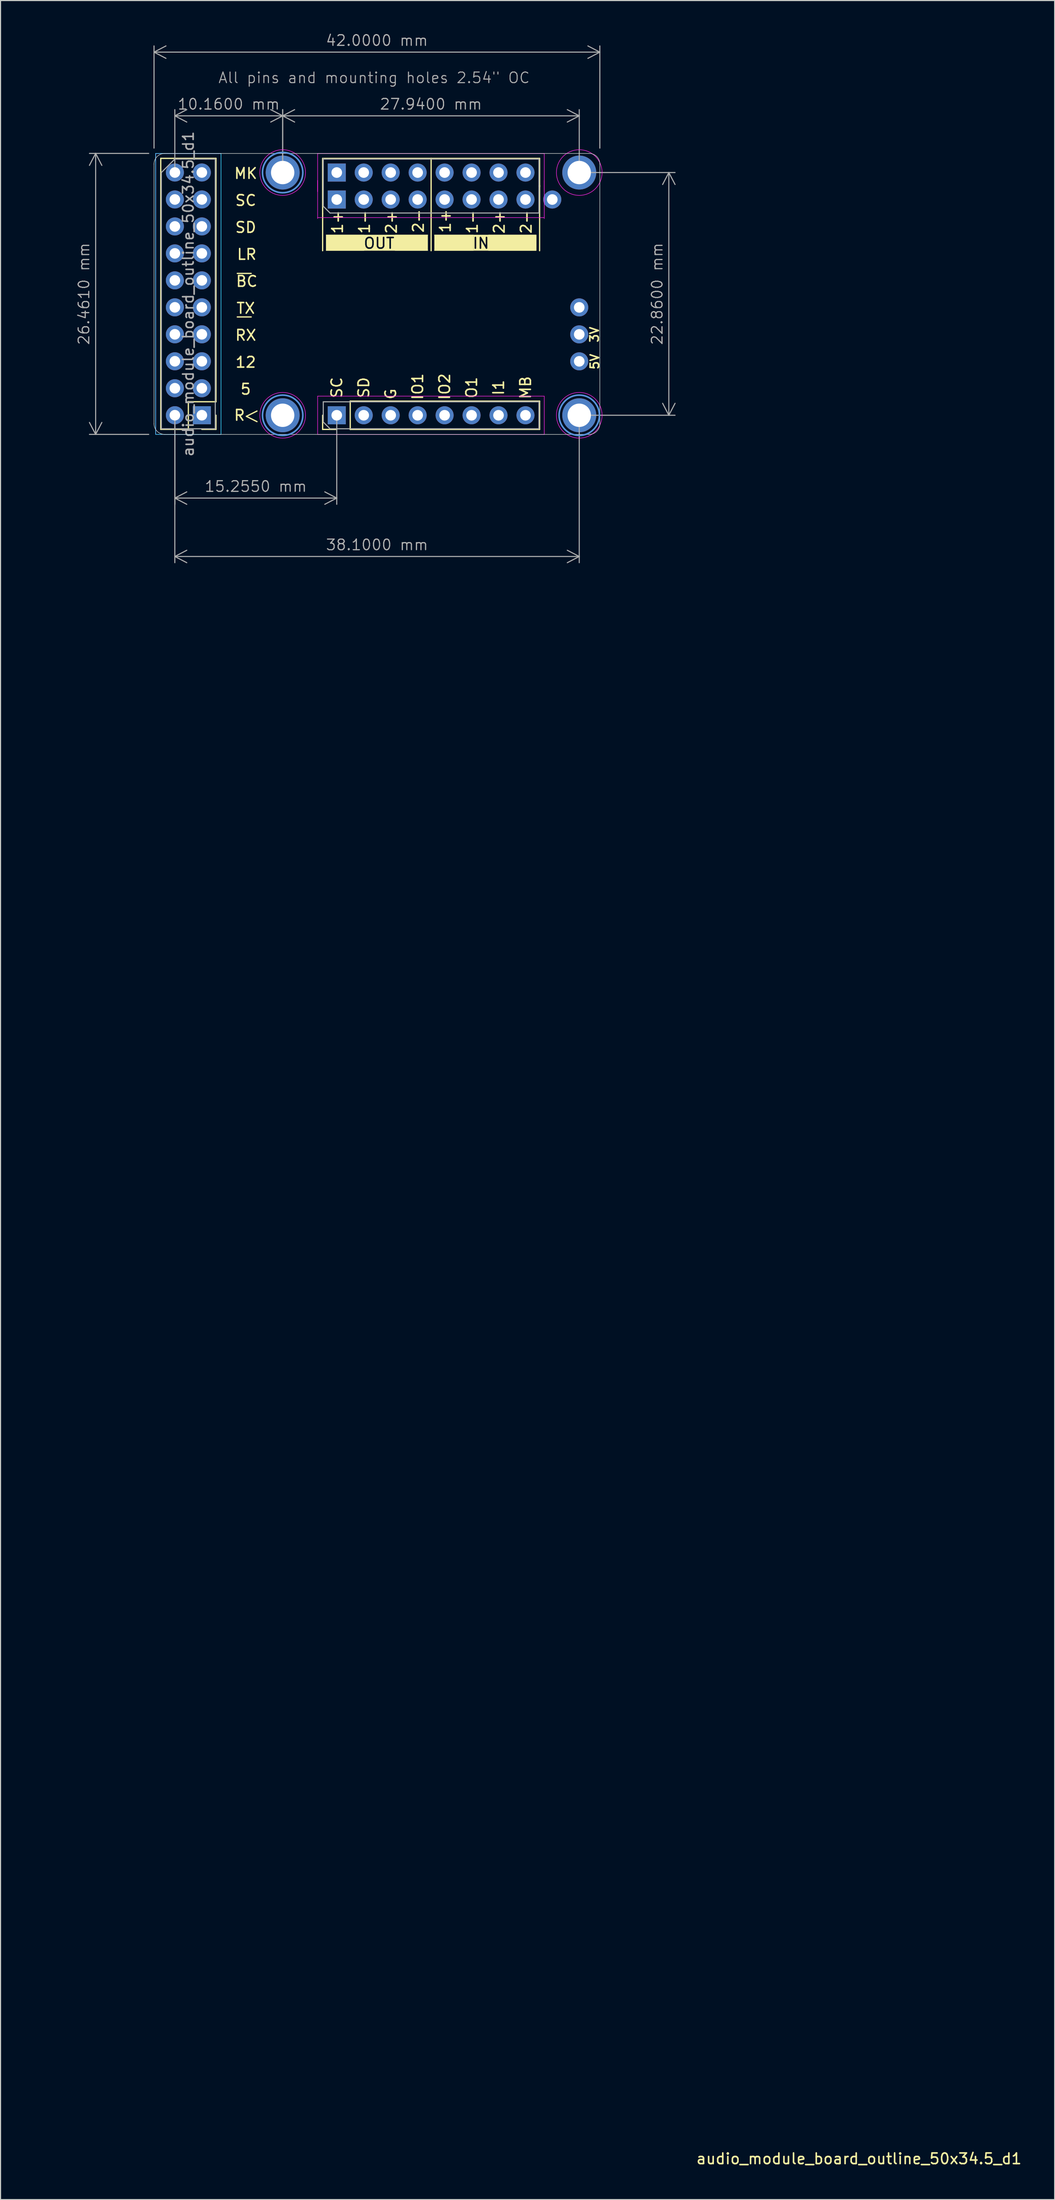
<source format=kicad_pcb>
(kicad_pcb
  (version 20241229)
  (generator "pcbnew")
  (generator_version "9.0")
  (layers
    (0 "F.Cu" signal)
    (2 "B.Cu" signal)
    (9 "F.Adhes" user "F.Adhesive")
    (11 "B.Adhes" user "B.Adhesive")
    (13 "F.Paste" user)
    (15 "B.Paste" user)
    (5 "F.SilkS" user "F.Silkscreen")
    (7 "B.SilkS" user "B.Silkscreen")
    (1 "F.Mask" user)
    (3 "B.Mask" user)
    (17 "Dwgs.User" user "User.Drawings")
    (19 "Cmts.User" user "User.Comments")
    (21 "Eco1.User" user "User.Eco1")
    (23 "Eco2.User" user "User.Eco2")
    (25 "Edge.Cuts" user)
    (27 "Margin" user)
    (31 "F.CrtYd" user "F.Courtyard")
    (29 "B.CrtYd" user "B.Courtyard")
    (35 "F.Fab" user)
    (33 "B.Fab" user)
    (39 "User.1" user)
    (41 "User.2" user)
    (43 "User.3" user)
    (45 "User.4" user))
  (footprint "audio_module_board_outline_50x34.5_d1"
    (layer "F.Cu")
    (at 11.46 37.861)
    (property "Reference" "audio_module_board_outline_50x34.5_d1" (at 66.414 162.401 180) (layer "F.SilkS") (effects (font (size 1 1) (thickness 0.15))))
    (attr through_hole exclude_from_bom)
    (fp_line (start 0.635 -0.475) (end 0.635 -25.995) (stroke (width 0.12) (type solid)) (layer "F.SilkS"))
    (fp_line (start 3.235 -3.075) (end 3.235 -0.475) (stroke (width 0.12) (type solid)) (layer "F.SilkS"))
    (fp_line (start 3.235 -0.475) (end 0.635 -0.475) (stroke (width 0.12) (type solid)) (layer "F.SilkS"))
    (fp_line (start 5.835 -25.995) (end 0.635 -25.995) (stroke (width 0.12) (type solid)) (layer "F.SilkS"))
    (fp_line (start 5.835 -3.075) (end 3.235 -3.075) (stroke (width 0.12) (type solid)) (layer "F.SilkS"))
    (fp_line (start 5.835 -3.075) (end 5.835 -25.995) (stroke (width 0.12) (type solid)) (layer "F.SilkS"))
    (fp_line (start 5.835 -1.805) (end 5.835 -0.475) (stroke (width 0.12) (type solid)) (layer "F.SilkS"))
    (fp_line (start 5.835 -0.475) (end 4.505 -0.475) (stroke (width 0.12) (type solid)) (layer "F.SilkS"))
    (fp_line (start 7.845 -15.16) (end 9.155 -15.16) (stroke (width 0.12) (type solid)) (layer "F.SilkS"))
    (fp_line (start 8.7 -1.7) (end 9.7 -1.2) (stroke (width 0.12) (type solid)) (layer "F.SilkS"))
    (fp_line (start 9.155 -11.06) (end 7.845 -11.06) (stroke (width 0.12) (type solid)) (layer "F.SilkS"))
    (fp_line (start 9.7 -2.2) (end 8.7 -1.7) (stroke (width 0.12) (type solid)) (layer "F.SilkS"))
    (fp_line (start 15.885 -25.99) (end 36.325 -25.99) (stroke (width 0.12) (type solid)) (layer "F.SilkS"))
    (fp_line (start 15.885 -20.79) (end 15.885 -25.99) (stroke (width 0.12) (type solid)) (layer "F.SilkS"))
    (fp_line (start 15.885 -20.79) (end 15.885 -17.3) (stroke (width 0.12) (type solid)) (layer "F.SilkS"))
    (fp_line (start 15.885 -0.47) (end 15.885 -1.8) (stroke (width 0.12) (type solid)) (layer "F.SilkS"))
    (fp_line (start 17.215 -0.47) (end 15.885 -0.47) (stroke (width 0.12) (type solid)) (layer "F.SilkS"))
    (fp_line (start 18.485 -3.13) (end 36.325 -3.13) (stroke (width 0.12) (type solid)) (layer "F.SilkS"))
    (fp_line (start 18.485 -0.47) (end 18.485 -3.13) (stroke (width 0.12) (type solid)) (layer "F.SilkS"))
    (fp_line (start 18.485 -0.47) (end 36.325 -0.47) (stroke (width 0.12) (type solid)) (layer "F.SilkS"))
    (fp_line (start 26.105 -25.99) (end 26.105 -17.3) (stroke (width 0.12) (type solid)) (layer "F.SilkS"))
    (fp_line (start 36.325 -23.33) (end 36.325 -25.99) (stroke (width 0.12) (type solid)) (layer "F.SilkS"))
    (fp_line (start 36.325 -17.3) (end 36.325 -23.45) (stroke (width 0.12) (type solid)) (layer "F.SilkS"))
    (fp_line (start 36.325 -0.47) (end 36.325 -3.13) (stroke (width 0.12) (type solid)) (layer "F.SilkS"))
    (fp_rect (start 16.2 -18.8) (end 19.8 -17.3) (stroke (width 0) (type solid)) (fill yes) (layer "F.SilkS"))
    (fp_rect (start 16.2 -18.8) (end 25.8 -18.7) (stroke (width 0) (type solid)) (fill yes) (layer "F.SilkS"))
    (fp_rect (start 16.2 -17.4) (end 25.8 -17.3) (stroke (width 0) (type solid)) (fill yes) (layer "F.SilkS"))
    (fp_rect (start 22.7 -18.8) (end 25.8 -17.3) (stroke (width 0) (type solid)) (fill yes) (layer "F.SilkS"))
    (fp_rect (start 26.4 -18.8) (end 36 -18.7) (stroke (width 0) (type solid)) (fill yes) (layer "F.SilkS"))
    (fp_rect (start 26.4 -17.4) (end 36 -17.3) (stroke (width 0) (type solid)) (fill yes) (layer "F.SilkS"))
    (fp_rect (start 26.41 -18.8) (end 30.1 -17.3) (stroke (width 0) (type solid)) (fill yes) (layer "F.SilkS"))
    (fp_rect (start 31.5 -18.8) (end 36.03 -17.3) (stroke (width 0) (type solid)) (fill yes) (layer "F.SilkS"))
    (fp_circle (center 12.12 -24.66) (end 14.02 -24.66) (stroke (width 0.15) (type solid)) (fill no) (layer "Cmts.User"))
    (fp_circle (center 12.12 -1.8) (end 14.02 -1.8) (stroke (width 0.15) (type solid)) (fill no) (layer "Cmts.User"))
    (fp_circle (center 40.06 -1.8) (end 41.96 -1.8) (stroke (width 0.15) (type solid)) (fill no) (layer "Cmts.User"))
    (fp_line (start 0 -1) (end 0 -25.46) (stroke (width 0.05) (type default)) (layer "Edge.Cuts"))
    (fp_line (start 1 -26.46) (end 41 -26.46) (stroke (width 0.05) (type default)) (layer "Edge.Cuts"))
    (fp_line (start 41 0) (end 1 0) (stroke (width 0.05) (type default)) (layer "Edge.Cuts"))
    (fp_line (start 42 -25.46) (end 42 -1) (stroke (width 0.05) (type default)) (layer "Edge.Cuts"))
    (fp_arc (start 0 -25.46) (mid 0.292893 -26.167107) (end 1 -26.46) (stroke (width 0.05) (type default)) (layer "Edge.Cuts"))
    (fp_arc (start 1 0) (mid 0.292893 -0.292893) (end 0 -1) (stroke (width 0.05) (type default)) (layer "Edge.Cuts"))
    (fp_arc (start 41 -26.46) (mid 41.707107 -26.167107) (end 42 -25.46) (stroke (width 0.05) (type default)) (layer "Edge.Cuts"))
    (fp_arc (start 42 -1) (mid 41.707107 -0.292893) (end 41 0) (stroke (width 0.05) (type default)) (layer "Edge.Cuts"))
    (fp_rect (start 0.15 -26.46) (end 6.31 0) (stroke (width 0.05) (type default)) (fill no) (layer "B.CrtYd"))
    (fp_line (start 0.155 -26.455) (end 0.155 -0.005) (stroke (width 0.05) (type solid)) (layer "F.CrtYd"))
    (fp_line (start 0.155 -0.005) (end 6.305 -0.005) (stroke (width 0.05) (type solid)) (layer "F.CrtYd"))
    (fp_line (start 6.305 -26.455) (end 0.155 -26.455) (stroke (width 0.05) (type solid)) (layer "F.CrtYd"))
    (fp_line (start 6.305 -0.005) (end 6.305 -26.455) (stroke (width 0.05) (type solid)) (layer "F.CrtYd"))
    (fp_line (start 15.415 -26.46) (end 15.415 -22.86) (stroke (width 0.05) (type solid)) (layer "F.CrtYd"))
    (fp_line (start 15.415 -23.92) (end 15.415 -20.32) (stroke (width 0.05) (type solid)) (layer "F.CrtYd"))
    (fp_line (start 15.415 -20.42) (end 36.765 -20.42) (stroke (width 0.05) (type solid)) (layer "F.CrtYd"))
    (fp_line (start 15.415 -3.6) (end 15.415 0) (stroke (width 0.05) (type solid)) (layer "F.CrtYd"))
    (fp_line (start 15.415 0) (end 36.765 0) (stroke (width 0.05) (type solid)) (layer "F.CrtYd"))
    (fp_line (start 36.765 -26.46) (end 15.415 -26.46) (stroke (width 0.05) (type solid)) (layer "F.CrtYd"))
    (fp_line (start 36.765 -22.86) (end 36.765 -26.46) (stroke (width 0.05) (type solid)) (layer "F.CrtYd"))
    (fp_line (start 36.765 -20.32) (end 36.765 -23.92) (stroke (width 0.05) (type solid)) (layer "F.CrtYd"))
    (fp_line (start 36.765 -3.6) (end 15.415 -3.6) (stroke (width 0.05) (type solid)) (layer "F.CrtYd"))
    (fp_line (start 36.765 0) (end 36.765 -3.6) (stroke (width 0.05) (type solid)) (layer "F.CrtYd"))
    (fp_circle (center 12.12 -24.66) (end 14.27 -24.66) (stroke (width 0.05) (type solid)) (fill no) (layer "F.CrtYd"))
    (fp_circle (center 12.12 -1.8) (end 14.27 -1.8) (stroke (width 0.05) (type solid)) (fill no) (layer "F.CrtYd"))
    (fp_circle (center 40.06 -24.66) (end 42.21 -24.66) (stroke (width 0.05) (type solid)) (fill no) (layer "F.CrtYd"))
    (fp_circle (center 40.06 -1.8) (end 42.21 -1.8) (stroke (width 0.05) (type solid)) (fill no) (layer "F.CrtYd"))
    (fp_line (start 0.69 -24.66) (end 1.96 -25.93) (stroke (width 0.1) (type solid)) (layer "F.Fab"))
    (fp_line (start 0.69 -0.53) (end 0.69 -24.66) (stroke (width 0.1) (type solid)) (layer "F.Fab"))
    (fp_line (start 1.96 -25.93) (end 5.77 -25.93) (stroke (width 0.1) (type solid)) (layer "F.Fab"))
    (fp_line (start 5.77 -25.93) (end 5.77 -0.53) (stroke (width 0.1) (type solid)) (layer "F.Fab"))
    (fp_line (start 5.77 -0.53) (end 0.69 -0.53) (stroke (width 0.1) (type solid)) (layer "F.Fab"))
    (fp_line (start 15.945 -25.93) (end 36.265 -25.93) (stroke (width 0.1) (type solid)) (layer "F.Fab"))
    (fp_line (start 15.945 -24.025) (end 15.945 -25.93) (stroke (width 0.1) (type solid)) (layer "F.Fab"))
    (fp_line (start 15.945 -21.485) (end 15.945 -25.99) (stroke (width 0.1) (type solid)) (layer "F.Fab"))
    (fp_line (start 15.945 -3.07) (end 36.265 -3.07) (stroke (width 0.1) (type solid)) (layer "F.Fab"))
    (fp_line (start 15.945 -1.165) (end 15.945 -3.07) (stroke (width 0.1) (type solid)) (layer "F.Fab"))
    (fp_line (start 16.58 -20.85) (end 15.945 -21.485) (stroke (width 0.1) (type solid)) (layer "F.Fab"))
    (fp_line (start 16.58 -0.53) (end 15.945 -1.165) (stroke (width 0.1) (type solid)) (layer "F.Fab"))
    (fp_line (start 36.265 -25.93) (end 36.265 -23.39) (stroke (width 0.1) (type solid)) (layer "F.Fab"))
    (fp_line (start 36.265 -23.39) (end 36.265 -20.85) (stroke (width 0.1) (type solid)) (layer "F.Fab"))
    (fp_line (start 36.265 -20.85) (end 16.58 -20.85) (stroke (width 0.1) (type solid)) (layer "F.Fab"))
    (fp_line (start 36.265 -3.07) (end 36.265 -0.53) (stroke (width 0.1) (type solid)) (layer "F.Fab"))
    (fp_line (start 36.265 -0.53) (end 16.58 -0.53) (stroke (width 0.1) (type solid)) (layer "F.Fab"))
    (fp_text user "SC" (at 17.22 -4.405 90) (unlocked yes) (layer "F.SilkS") (effects (font (size 1 1) (thickness 0.15))))
    (fp_text user "IN" (at 30.8 -18 0) (unlocked yes) (layer "F.SilkS" knockout) (effects (font (size 1 1) (thickness 0.15))))
    (fp_text user "2-" (at 35.06 -20.005 90) (unlocked yes) (layer "F.SilkS") (effects (font (size 1 1) (thickness 0.15))))
    (fp_text user "1-" (at 19.82 -20.005 90) (unlocked yes) (layer "F.SilkS") (effects (font (size 1 1) (thickness 0.15))))
    (fp_text user "SD" (at 8.64 -19.495 0) (unlocked yes) (layer "F.SilkS") (effects (font (size 1 1) (thickness 0.15))))
    (fp_text user "TX" (at 8.64 -11.875 0) (unlocked yes) (layer "F.SilkS") (effects (font (size 1 1) (thickness 0.15))))
    (fp_text user "5" (at 8.64 -4.255 0) (unlocked yes) (layer "F.SilkS") (effects (font (size 1 1) (thickness 0.15))))
    (fp_text user "RX" (at 8.64 -9.335 0) (unlocked yes) (layer "F.SilkS") (effects (font (size 1 1) (thickness 0.15))))
    (fp_text user "O1" (at 29.92 -4.405 90) (unlocked yes) (layer "F.SilkS") (effects (font (size 1 1) (thickness 0.15))))
    (fp_text user "2-" (at 24.9 -20.1 90) (unlocked yes) (layer "F.SilkS") (effects (font (size 1 1) (thickness 0.15))))
    (fp_text user "1+" (at 17.28 -20.005 90) (unlocked yes) (layer "F.SilkS") (effects (font (size 1 1) (thickness 0.15))))
    (fp_text user "MB" (at 35 -4.405 90) (unlocked yes) (layer "F.SilkS") (effects (font (size 1 1) (thickness 0.15))))
    (fp_text user "IO2" (at 27.38 -4.5 90) (unlocked yes) (layer "F.SilkS") (effects (font (size 1 1) (thickness 0.15))))
    (fp_text user "12" (at 8.64 -6.795 0) (unlocked yes) (layer "F.SilkS") (effects (font (size 1 1) (thickness 0.15))))
    (fp_text user "OUT" (at 21.2 -18 0) (unlocked yes) (layer "F.SilkS" knockout) (effects (font (size 1 1) (thickness 0.15))))
    (fp_text user "SD" (at 19.76 -4.405 90) (unlocked yes) (layer "F.SilkS") (effects (font (size 1 1) (thickness 0.15))))
    (fp_text user "3V" (at 41.49 -9.4 90) (unlocked yes) (layer "F.SilkS") (effects (font (size 0.8 0.8) (thickness 0.15))))
    (fp_text user "R" (at 8.05 -1.8 0) (unlocked yes) (layer "F.SilkS") (effects (font (size 1 1) (thickness 0.15))))
    (fp_text user "5V" (at 41.52 -6.85 90) (unlocked yes) (layer "F.SilkS") (effects (font (size 0.8 0.8) (thickness 0.15))))
    (fp_text user "1+" (at 27.44 -20.1 90) (unlocked yes) (layer "F.SilkS") (effects (font (size 1 1) (thickness 0.15))))
    (fp_text user "SC" (at 8.64 -22.035 0) (unlocked yes) (layer "F.SilkS") (effects (font (size 1 1) (thickness 0.15))))
    (fp_text user "IO1" (at 24.84 -4.5 90) (unlocked yes) (layer "F.SilkS") (effects (font (size 1 1) (thickness 0.15))))
    (fp_text user "BC" (at 8.735 -14.415 0) (unlocked yes) (layer "F.SilkS") (effects (font (size 1 1) (thickness 0.15))))
    (fp_text user "2+" (at 32.52 -20.005 90) (unlocked yes) (layer "F.SilkS") (effects (font (size 1 1) (thickness 0.15))))
    (fp_text user "I1" (at 32.46 -4.405 90) (unlocked yes) (layer "F.SilkS") (effects (font (size 1 1) (thickness 0.15))))
    (fp_text user "1-" (at 29.98 -20.005 90) (unlocked yes) (layer "F.SilkS") (effects (font (size 1 1) (thickness 0.15))))
    (fp_text user "MK" (at 8.64 -24.575 0) (unlocked yes) (layer "F.SilkS") (effects (font (size 1 1) (thickness 0.15))))
    (fp_text user "LR" (at 8.735 -16.955 0) (unlocked yes) (layer "F.SilkS") (effects (font (size 1 1) (thickness 0.15))))
    (fp_text user "2+" (at 22.36 -20.005 90) (unlocked yes) (layer "F.SilkS") (effects (font (size 1 1) (thickness 0.15))))
    (fp_text user "G" (at 22.3 -3.805 90) (unlocked yes) (layer "F.SilkS") (effects (font (size 1 1) (thickness 0.15))))
    (fp_text user "${REFERENCE}" (at 3.23 -13.23 90) (layer "F.Fab") (effects (font (size 1 1) (thickness 0.15))))
    (fp_text user "All pins and mounting holes 2.54\" OC" (at 6 -33 0) (unlocked yes) (layer "F.Fab") (effects (font (size 1 1) (thickness 0.1)) (justify left bottom)))
    (dimension (type orthogonal) (layer "F.Fab") (pts (xy 13.42 36.06) (xy 51.52 36.06)) (height 13.3) (orientation 0) (format (prefix "") (suffix "") (units 3) (units_format 1) (precision 4)) (style (thickness 0.1) (arrow_length 1.27) (text_position_mode 0) (arrow_direction outward) (extension_height 0.586) (extension_offset 0.5) (keep_text_aligned yes)) (gr_text "38.1000 mm" (at 32.47 48.261 0) (layer "F.Fab") (effects (font (size 1 1) (thickness 0.1)))))
    (dimension (type orthogonal) (layer "F.Fab") (pts (xy 11.46 11.4) (xy 11.46 37.861)) (height -5.5) (orientation 1) (format (prefix "") (suffix "") (units 3) (units_format 1) (precision 4)) (style (thickness 0.1) (arrow_length 1.27) (text_position_mode 0) (arrow_direction outward) (extension_height 0.586) (extension_offset 0.5) (keep_text_aligned yes)) (gr_text "26.4600 mm" (at 4.86 24.631 90) (layer "F.Fab") (effects (font (size 1 1) (thickness 0.1)))))
    (dimension (type orthogonal) (layer "F.Fab") (pts (xy 51.52 13.2) (xy 51.52 36.06)) (height 8.44) (orientation 1) (format (prefix "") (suffix "") (units 3) (units_format 1) (precision 4)) (style (thickness 0.1) (arrow_length 1.27) (text_position_mode 0) (arrow_direction outward) (extension_height 0.586) (extension_offset 0.5) (keep_text_aligned yes)) (gr_text "22.8600 mm" (at 58.86 24.631 90) (layer "F.Fab") (effects (font (size 1 1) (thickness 0.1)))))
    (dimension (type orthogonal) (layer "F.Fab") (pts (xy 13.42 13.2) (xy 23.58 13.2)) (height -5.34) (orientation 0) (format (prefix "") (suffix "") (units 3) (units_format 1) (precision 4)) (style (thickness 0.1) (arrow_length 1.27) (text_position_mode 0) (arrow_direction outward) (extension_height 0.586) (extension_offset 0.5) (keep_text_aligned yes)) (gr_text "10.1600 mm" (at 18.5 6.761 0) (layer "F.Fab") (effects (font (size 1 1) (thickness 0.1)))))
    (dimension (type orthogonal) (layer "F.Fab") (pts (xy 13.42 36.06) (xy 28.675 36.06)) (height 7.8) (orientation 0) (format (prefix "") (suffix "") (units 3) (units_format 1) (precision 4)) (style (thickness 0.1) (arrow_length 1.27) (text_position_mode 0) (arrow_direction outward) (extension_height 0.586) (extension_offset 0.5) (keep_text_aligned yes)) (gr_text "15.2550 mm" (at 21.047 42.761 0) (layer "F.Fab") (effects (font (size 1 1) (thickness 0.1)))))
    (dimension (type orthogonal) (layer "F.Fab") (pts (xy 23.58 13.2) (xy 51.52 13.2)) (height -5.34) (orientation 0) (format (prefix "") (suffix "") (units 3) (units_format 1) (precision 4)) (style (thickness 0.1) (arrow_length 1.27) (text_position_mode 0) (arrow_direction outward) (extension_height 0.586) (extension_offset 0.5) (keep_text_aligned yes)) (gr_text "27.9400 mm" (at 37.55 6.761 0) (layer "F.Fab") (effects (font (size 1 1) (thickness 0.1)))))
    (dimension (type orthogonal) (layer "F.Fab") (pts (xy 11.46 11.4) (xy 53.46 11.4)) (height -9.54) (orientation 0) (format (prefix "") (suffix "") (units 3) (units_format 1) (precision 4)) (style (thickness 0.1) (arrow_length 1.27) (text_position_mode 0) (arrow_direction outward) (extension_height 0.586) (extension_offset 0.5) (keep_text_aligned yes)) (gr_text "42.0000 mm" (at 32.46 0.76 0) (layer "F.Fab") (effects (font (size 1 1) (thickness 0.1)))))
    (pad "1" thru_hole rect (at 4.505 -1.805 180) (size 1.7 1.7) (drill 1) (layers "*.Cu" "*.Mask"))
    (pad "2" thru_hole oval (at 1.965 -1.805 180) (size 1.7 1.7) (drill 1) (layers "*.Cu" "*.Mask"))
    (pad "3" thru_hole oval (at 4.505 -4.345 180) (size 1.7 1.7) (drill 1) (layers "*.Cu" "*.Mask"))
    (pad "4" thru_hole oval (at 1.965 -4.345 180) (size 1.7 1.7) (drill 1) (layers "*.Cu" "*.Mask"))
    (pad "5" thru_hole oval (at 4.505 -6.885 180) (size 1.7 1.7) (drill 1) (layers "*.Cu" "*.Mask"))
    (pad "6" thru_hole oval (at 1.965 -6.885 180) (size 1.7 1.7) (drill 1) (layers "*.Cu" "*.Mask"))
    (pad "7" thru_hole oval (at 4.505 -9.425 180) (size 1.7 1.7) (drill 1) (layers "*.Cu" "*.Mask"))
    (pad "8" thru_hole oval (at 1.965 -9.425 180) (size 1.7 1.7) (drill 1) (layers "*.Cu" "*.Mask"))
    (pad "9" thru_hole oval (at 4.505 -11.965 180) (size 1.7 1.7) (drill 1) (layers "*.Cu" "*.Mask"))
    (pad "10" thru_hole oval (at 1.965 -11.965 180) (size 1.7 1.7) (drill 1) (layers "*.Cu" "*.Mask"))
    (pad "11" thru_hole oval (at 4.505 -14.505 180) (size 1.7 1.7) (drill 1) (layers "*.Cu" "*.Mask"))
    (pad "12" thru_hole oval (at 1.965 -14.505 180) (size 1.7 1.7) (drill 1) (layers "*.Cu" "*.Mask"))
    (pad "13" thru_hole oval (at 4.505 -17.045 180) (size 1.7 1.7) (drill 1) (layers "*.Cu" "*.Mask"))
    (pad "14" thru_hole oval (at 1.965 -17.045 180) (size 1.7 1.7) (drill 1) (layers "*.Cu" "*.Mask"))
    (pad "15" thru_hole oval (at 4.505 -19.585 180) (size 1.7 1.7) (drill 1) (layers "*.Cu" "*.Mask"))
    (pad "16" thru_hole oval (at 1.965 -19.585 180) (size 1.7 1.7) (drill 1) (layers "*.Cu" "*.Mask"))
    (pad "17" thru_hole oval (at 4.505 -22.125 180) (size 1.7 1.7) (drill 1) (layers "*.Cu" "*.Mask"))
    (pad "18" thru_hole oval (at 1.965 -22.125 180) (size 1.7 1.7) (drill 1) (layers "*.Cu" "*.Mask"))
    (pad "19" thru_hole oval (at 4.505 -24.665 180) (size 1.7 1.7) (drill 1) (layers "*.Cu" "*.Mask"))
    (pad "20" thru_hole oval (at 1.965 -24.665 180) (size 1.7 1.7) (drill 1) (layers "*.Cu" "*.Mask"))
    (pad "21" thru_hole rect (at 17.215 -22.12 90) (size 1.7 1.7) (drill 1) (layers "*.Cu" "*.Mask"))
    (pad "22" thru_hole rect (at 17.215 -24.66 90) (size 1.7 1.7) (drill 1) (layers "*.Cu" "*.Mask"))
    (pad "23" thru_hole oval (at 19.755 -22.12 90) (size 1.7 1.7) (drill 1) (layers "*.Cu" "*.Mask"))
    (pad "24" thru_hole oval (at 19.755 -24.66 90) (size 1.7 1.7) (drill 1) (layers "*.Cu" "*.Mask"))
    (pad "25" thru_hole oval (at 22.295 -22.12 90) (size 1.7 1.7) (drill 1) (layers "*.Cu" "*.Mask"))
    (pad "26" thru_hole oval (at 22.295 -24.66 90) (size 1.7 1.7) (drill 1) (layers "*.Cu" "*.Mask"))
    (pad "27" thru_hole oval (at 24.835 -22.12 90) (size 1.7 1.7) (drill 1) (layers "*.Cu" "*.Mask"))
    (pad "28" thru_hole oval (at 24.835 -24.66 90) (size 1.7 1.7) (drill 1) (layers "*.Cu" "*.Mask"))
    (pad "29" thru_hole oval (at 27.375 -22.12 90) (size 1.7 1.7) (drill 1) (layers "*.Cu" "*.Mask"))
    (pad "30" thru_hole oval (at 27.375 -24.66 90) (size 1.7 1.7) (drill 1) (layers "*.Cu" "*.Mask"))
    (pad "31" thru_hole oval (at 29.915 -22.12 90) (size 1.7 1.7) (drill 1) (layers "*.Cu" "*.Mask"))
    (pad "32" thru_hole oval (at 29.915 -24.66 90) (size 1.7 1.7) (drill 1) (layers "*.Cu" "*.Mask"))
    (pad "33" thru_hole oval (at 32.455 -22.12 90) (size 1.7 1.7) (drill 1) (layers "*.Cu" "*.Mask"))
    (pad "34" thru_hole oval (at 32.455 -24.66 90) (size 1.7 1.7) (drill 1) (layers "*.Cu" "*.Mask"))
    (pad "35" thru_hole oval (at 34.995 -22.12 90) (size 1.7 1.7) (drill 1) (layers "*.Cu" "*.Mask"))
    (pad "36" thru_hole oval (at 34.995 -24.66 90) (size 1.7 1.7) (drill 1) (layers "*.Cu" "*.Mask"))
    (pad "37" thru_hole rect (at 17.215 -1.8 90) (size 1.7 1.7) (drill 1) (layers "*.Cu" "*.Mask"))
    (pad "38" thru_hole oval (at 19.755 -1.8 90) (size 1.7 1.7) (drill 1) (layers "*.Cu" "*.Mask"))
    (pad "39" thru_hole oval (at 22.295 -1.8 90) (size 1.7 1.7) (drill 1) (layers "*.Cu" "*.Mask"))
    (pad "40" thru_hole oval (at 24.835 -1.8 90) (size 1.7 1.7) (drill 1) (layers "*.Cu" "*.Mask"))
    (pad "41" thru_hole oval (at 27.375 -1.8 90) (size 1.7 1.7) (drill 1) (layers "*.Cu" "*.Mask"))
    (pad "42" thru_hole oval (at 29.915 -1.8 90) (size 1.7 1.7) (drill 1) (layers "*.Cu" "*.Mask"))
    (pad "43" thru_hole oval (at 32.455 -1.8 90) (size 1.7 1.7) (drill 1) (layers "*.Cu" "*.Mask"))
    (pad "44" thru_hole oval (at 34.995 -1.8 90) (size 1.7 1.7) (drill 1) (layers "*.Cu" "*.Mask"))
    (pad "45" thru_hole oval (at 40.06 -6.88 90) (size 1.7 1.7) (drill 1) (layers "*.Cu" "*.Mask"))
    (pad "46" thru_hole oval (at 40.06 -9.42 90) (size 1.7 1.7) (drill 1) (layers "*.Cu" "*.Mask"))
    (pad "47" thru_hole oval (at 40.06 -11.96 90) (size 1.7 1.7) (drill 1) (layers "*.Cu" "*.Mask"))
    (pad "48" thru_hole oval (at 37.52 -22.12 90) (size 1.7 1.7) (drill 1) (layers "*.Cu" "*.Mask"))
    (pad "49" thru_hole circle (at 12.12 -24.66) (size 3.2 3.2) (drill 2.2) (layers "*.Cu" "*.Mask"))
    (pad "50" thru_hole circle (at 40.06 -24.66) (size 3.2 3.2) (drill 2.2) (layers "*.Cu" "*.Mask"))
    (pad "51" thru_hole circle (at 12.12 -1.8) (size 3.2 3.2) (drill 2.2) (layers "*.Cu" "*.Mask"))
    (pad "52" thru_hole circle (at 40.06 -1.8) (size 3.2 3.2) (drill 2.2) (layers "*.Cu" "*.Mask")))
  (gr_rect
    (start -3 -3)
    (end 96.308 204.11)
    (stroke (width 0.1) (type default))
    (fill no)
    (layer "Edge.Cuts")))
</source>
